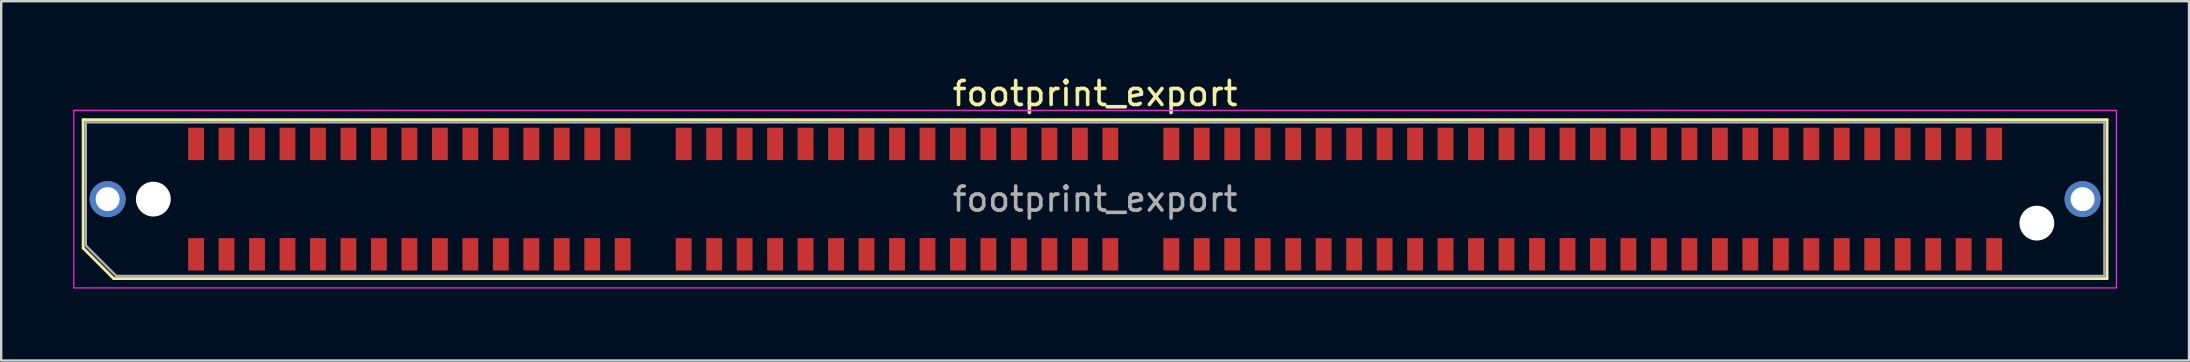
<source format=kicad_pcb>
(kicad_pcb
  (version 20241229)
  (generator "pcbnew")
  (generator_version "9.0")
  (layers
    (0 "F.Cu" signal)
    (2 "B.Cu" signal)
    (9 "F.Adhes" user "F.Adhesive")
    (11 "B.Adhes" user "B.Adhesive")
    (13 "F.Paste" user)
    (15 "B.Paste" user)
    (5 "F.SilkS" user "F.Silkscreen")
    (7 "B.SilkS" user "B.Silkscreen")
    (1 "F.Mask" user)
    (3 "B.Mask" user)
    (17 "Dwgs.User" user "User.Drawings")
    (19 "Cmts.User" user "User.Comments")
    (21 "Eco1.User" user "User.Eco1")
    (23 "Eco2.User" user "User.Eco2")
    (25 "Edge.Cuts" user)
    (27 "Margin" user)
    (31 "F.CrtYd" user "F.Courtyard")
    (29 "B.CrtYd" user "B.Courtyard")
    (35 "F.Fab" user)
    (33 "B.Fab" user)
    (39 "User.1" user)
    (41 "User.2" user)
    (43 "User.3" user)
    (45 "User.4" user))
  (footprint "footprint_export"
    (layer "F.Cu")
    (at 42.585 5.248)
    (property "Reference" "footprint_export" (at 0 -4.4 0) (layer "F.SilkS") (effects (font (size 1 1) (thickness 0.15))))
    (attr smd)
    (fp_line (start -42.17 -3.31) (end 42.17 -3.31) (stroke (width 0.12) (type solid)) (layer "F.SilkS"))
    (fp_line (start -42.17 2.04) (end -42.17 -3.31) (stroke (width 0.12) (type solid)) (layer "F.SilkS"))
    (fp_line (start -40.9 3.31) (end -42.17 2.04) (stroke (width 0.12) (type solid)) (layer "F.SilkS"))
    (fp_line (start -40.9 3.31) (end 42.17 3.31) (stroke (width 0.12) (type solid)) (layer "F.SilkS"))
    (fp_line (start 42.17 3.31) (end 42.17 -3.31) (stroke (width 0.12) (type solid)) (layer "F.SilkS"))
    (fp_line (start -42.56 -3.7) (end -42.56 3.7) (stroke (width 0.05) (type solid)) (layer "F.CrtYd"))
    (fp_line (start -42.56 3.7) (end 42.56 3.7) (stroke (width 0.05) (type solid)) (layer "F.CrtYd"))
    (fp_line (start 42.56 -3.7) (end -42.56 -3.7) (stroke (width 0.05) (type solid)) (layer "F.CrtYd"))
    (fp_line (start 42.56 3.7) (end 42.56 -3.7) (stroke (width 0.05) (type solid)) (layer "F.CrtYd"))
    (fp_line (start -42.06 -3.2) (end 42.06 -3.2) (stroke (width 0.1) (type solid)) (layer "F.Fab"))
    (fp_line (start -42.06 1.93) (end -42.06 -3.2) (stroke (width 0.1) (type solid)) (layer "F.Fab"))
    (fp_line (start -42.06 1.93) (end -40.79 3.2) (stroke (width 0.1) (type solid)) (layer "F.Fab"))
    (fp_line (start -40.79 3.2) (end 42.06 3.2) (stroke (width 0.1) (type solid)) (layer "F.Fab"))
    (fp_line (start 42.06 3.2) (end 42.06 -3.2) (stroke (width 0.1) (type solid)) (layer "F.Fab"))
    (fp_text user "${REFERENCE}" (at 0 0 0) (layer "F.Fab") (effects (font (size 1 1) (thickness 0.15))))
    (pad "" thru_hole circle (at -41.15 0) (size 1.5 1.5) (drill 1) (layers "*.Cu" "*.Mask"))
    (pad "" np_thru_hole circle (at -39.245 0) (size 1.45 1.45) (drill 1.45) (layers "*.Cu" "*.Mask"))
    (pad "" np_thru_hole circle (at 39.245 1) (size 1.45 1.45) (drill 1.45) (layers "*.Cu" "*.Mask"))
    (pad "" thru_hole circle (at 41.15 0) (size 1.5 1.5) (drill 1) (layers "*.Cu" "*.Mask"))
    (pad "1" smd rect (at -37.465 2.3) (size 0.66 1.35) (layers "F.Cu" "F.Mask" "F.Paste"))
    (pad "2" smd rect (at -37.465 -2.3) (size 0.66 1.35) (layers "F.Cu" "F.Mask" "F.Paste"))
    (pad "3" smd rect (at -36.195 2.3) (size 0.66 1.35) (layers "F.Cu" "F.Mask" "F.Paste"))
    (pad "4" smd rect (at -36.195 -2.3) (size 0.66 1.35) (layers "F.Cu" "F.Mask" "F.Paste"))
    (pad "5" smd rect (at -34.925 2.3) (size 0.66 1.35) (layers "F.Cu" "F.Mask" "F.Paste"))
    (pad "6" smd rect (at -34.925 -2.3) (size 0.66 1.35) (layers "F.Cu" "F.Mask" "F.Paste"))
    (pad "7" smd rect (at -33.655 2.3) (size 0.66 1.35) (layers "F.Cu" "F.Mask" "F.Paste"))
    (pad "8" smd rect (at -33.655 -2.3) (size 0.66 1.35) (layers "F.Cu" "F.Mask" "F.Paste"))
    (pad "9" smd rect (at -32.385 2.3) (size 0.66 1.35) (layers "F.Cu" "F.Mask" "F.Paste"))
    (pad "10" smd rect (at -32.385 -2.3) (size 0.66 1.35) (layers "F.Cu" "F.Mask" "F.Paste"))
    (pad "11" smd rect (at -31.115 2.3) (size 0.66 1.35) (layers "F.Cu" "F.Mask" "F.Paste"))
    (pad "12" smd rect (at -31.115 -2.3) (size 0.66 1.35) (layers "F.Cu" "F.Mask" "F.Paste"))
    (pad "13" smd rect (at -29.845 2.3) (size 0.66 1.35) (layers "F.Cu" "F.Mask" "F.Paste"))
    (pad "14" smd rect (at -29.845 -2.3) (size 0.66 1.35) (layers "F.Cu" "F.Mask" "F.Paste"))
    (pad "15" smd rect (at -28.575 2.3) (size 0.66 1.35) (layers "F.Cu" "F.Mask" "F.Paste"))
    (pad "16" smd rect (at -28.575 -2.3) (size 0.66 1.35) (layers "F.Cu" "F.Mask" "F.Paste"))
    (pad "17" smd rect (at -27.305 2.3) (size 0.66 1.35) (layers "F.Cu" "F.Mask" "F.Paste"))
    (pad "18" smd rect (at -27.305 -2.3) (size 0.66 1.35) (layers "F.Cu" "F.Mask" "F.Paste"))
    (pad "19" smd rect (at -26.035 2.3) (size 0.66 1.35) (layers "F.Cu" "F.Mask" "F.Paste"))
    (pad "20" smd rect (at -26.035 -2.3) (size 0.66 1.35) (layers "F.Cu" "F.Mask" "F.Paste"))
    (pad "21" smd rect (at -24.765 2.3) (size 0.66 1.35) (layers "F.Cu" "F.Mask" "F.Paste"))
    (pad "22" smd rect (at -24.765 -2.3) (size 0.66 1.35) (layers "F.Cu" "F.Mask" "F.Paste"))
    (pad "23" smd rect (at -23.495 2.3) (size 0.66 1.35) (layers "F.Cu" "F.Mask" "F.Paste"))
    (pad "24" smd rect (at -23.495 -2.3) (size 0.66 1.35) (layers "F.Cu" "F.Mask" "F.Paste"))
    (pad "25" smd rect (at -22.225 2.3) (size 0.66 1.35) (layers "F.Cu" "F.Mask" "F.Paste"))
    (pad "26" smd rect (at -22.225 -2.3) (size 0.66 1.35) (layers "F.Cu" "F.Mask" "F.Paste"))
    (pad "27" smd rect (at -20.955 2.3) (size 0.66 1.35) (layers "F.Cu" "F.Mask" "F.Paste"))
    (pad "28" smd rect (at -20.955 -2.3) (size 0.66 1.35) (layers "F.Cu" "F.Mask" "F.Paste"))
    (pad "29" smd rect (at -19.685 2.3) (size 0.66 1.35) (layers "F.Cu" "F.Mask" "F.Paste"))
    (pad "30" smd rect (at -19.685 -2.3) (size 0.66 1.35) (layers "F.Cu" "F.Mask" "F.Paste"))
    (pad "33" smd rect (at -17.145 2.3) (size 0.66 1.35) (layers "F.Cu" "F.Mask" "F.Paste"))
    (pad "34" smd rect (at -17.145 -2.3) (size 0.66 1.35) (layers "F.Cu" "F.Mask" "F.Paste"))
    (pad "35" smd rect (at -15.875 2.3) (size 0.66 1.35) (layers "F.Cu" "F.Mask" "F.Paste"))
    (pad "36" smd rect (at -15.875 -2.3) (size 0.66 1.35) (layers "F.Cu" "F.Mask" "F.Paste"))
    (pad "37" smd rect (at -14.605 2.3) (size 0.66 1.35) (layers "F.Cu" "F.Mask" "F.Paste"))
    (pad "38" smd rect (at -14.605 -2.3) (size 0.66 1.35) (layers "F.Cu" "F.Mask" "F.Paste"))
    (pad "39" smd rect (at -13.335 2.3) (size 0.66 1.35) (layers "F.Cu" "F.Mask" "F.Paste"))
    (pad "40" smd rect (at -13.335 -2.3) (size 0.66 1.35) (layers "F.Cu" "F.Mask" "F.Paste"))
    (pad "41" smd rect (at -12.065 2.3) (size 0.66 1.35) (layers "F.Cu" "F.Mask" "F.Paste"))
    (pad "42" smd rect (at -12.065 -2.3) (size 0.66 1.35) (layers "F.Cu" "F.Mask" "F.Paste"))
    (pad "43" smd rect (at -10.795 2.3) (size 0.66 1.35) (layers "F.Cu" "F.Mask" "F.Paste"))
    (pad "44" smd rect (at -10.795 -2.3) (size 0.66 1.35) (layers "F.Cu" "F.Mask" "F.Paste"))
    (pad "45" smd rect (at -9.525 2.3) (size 0.66 1.35) (layers "F.Cu" "F.Mask" "F.Paste"))
    (pad "46" smd rect (at -9.525 -2.3) (size 0.66 1.35) (layers "F.Cu" "F.Mask" "F.Paste"))
    (pad "47" smd rect (at -8.255 2.3) (size 0.66 1.35) (layers "F.Cu" "F.Mask" "F.Paste"))
    (pad "48" smd rect (at -8.255 -2.3) (size 0.66 1.35) (layers "F.Cu" "F.Mask" "F.Paste"))
    (pad "49" smd rect (at -6.985 2.3) (size 0.66 1.35) (layers "F.Cu" "F.Mask" "F.Paste"))
    (pad "50" smd rect (at -6.985 -2.3) (size 0.66 1.35) (layers "F.Cu" "F.Mask" "F.Paste"))
    (pad "51" smd rect (at -5.715 2.3) (size 0.66 1.35) (layers "F.Cu" "F.Mask" "F.Paste"))
    (pad "52" smd rect (at -5.715 -2.3) (size 0.66 1.35) (layers "F.Cu" "F.Mask" "F.Paste"))
    (pad "53" smd rect (at -4.445 2.3) (size 0.66 1.35) (layers "F.Cu" "F.Mask" "F.Paste"))
    (pad "54" smd rect (at -4.445 -2.3) (size 0.66 1.35) (layers "F.Cu" "F.Mask" "F.Paste"))
    (pad "55" smd rect (at -3.175 2.3) (size 0.66 1.35) (layers "F.Cu" "F.Mask" "F.Paste"))
    (pad "56" smd rect (at -3.175 -2.3) (size 0.66 1.35) (layers "F.Cu" "F.Mask" "F.Paste"))
    (pad "57" smd rect (at -1.905 2.3) (size 0.66 1.35) (layers "F.Cu" "F.Mask" "F.Paste"))
    (pad "58" smd rect (at -1.905 -2.3) (size 0.66 1.35) (layers "F.Cu" "F.Mask" "F.Paste"))
    (pad "59" smd rect (at -0.635 2.3) (size 0.66 1.35) (layers "F.Cu" "F.Mask" "F.Paste"))
    (pad "60" smd rect (at -0.635 -2.3) (size 0.66 1.35) (layers "F.Cu" "F.Mask" "F.Paste"))
    (pad "61" smd rect (at 0.635 2.3) (size 0.66 1.35) (layers "F.Cu" "F.Mask" "F.Paste"))
    (pad "62" smd rect (at 0.635 -2.3) (size 0.66 1.35) (layers "F.Cu" "F.Mask" "F.Paste"))
    (pad "65" smd rect (at 3.175 2.3) (size 0.66 1.35) (layers "F.Cu" "F.Mask" "F.Paste"))
    (pad "66" smd rect (at 3.175 -2.3) (size 0.66 1.35) (layers "F.Cu" "F.Mask" "F.Paste"))
    (pad "67" smd rect (at 4.445 2.3) (size 0.66 1.35) (layers "F.Cu" "F.Mask" "F.Paste"))
    (pad "68" smd rect (at 4.445 -2.3) (size 0.66 1.35) (layers "F.Cu" "F.Mask" "F.Paste"))
    (pad "69" smd rect (at 5.715 2.3) (size 0.66 1.35) (layers "F.Cu" "F.Mask" "F.Paste"))
    (pad "70" smd rect (at 5.715 -2.3) (size 0.66 1.35) (layers "F.Cu" "F.Mask" "F.Paste"))
    (pad "71" smd rect (at 6.985 2.3) (size 0.66 1.35) (layers "F.Cu" "F.Mask" "F.Paste"))
    (pad "72" smd rect (at 6.985 -2.3) (size 0.66 1.35) (layers "F.Cu" "F.Mask" "F.Paste"))
    (pad "73" smd rect (at 8.255 2.3) (size 0.66 1.35) (layers "F.Cu" "F.Mask" "F.Paste"))
    (pad "74" smd rect (at 8.255 -2.3) (size 0.66 1.35) (layers "F.Cu" "F.Mask" "F.Paste"))
    (pad "75" smd rect (at 9.525 2.3) (size 0.66 1.35) (layers "F.Cu" "F.Mask" "F.Paste"))
    (pad "76" smd rect (at 9.525 -2.3) (size 0.66 1.35) (layers "F.Cu" "F.Mask" "F.Paste"))
    (pad "77" smd rect (at 10.795 2.3) (size 0.66 1.35) (layers "F.Cu" "F.Mask" "F.Paste"))
    (pad "78" smd rect (at 10.795 -2.3) (size 0.66 1.35) (layers "F.Cu" "F.Mask" "F.Paste"))
    (pad "79" smd rect (at 12.065 2.3) (size 0.66 1.35) (layers "F.Cu" "F.Mask" "F.Paste"))
    (pad "80" smd rect (at 12.065 -2.3) (size 0.66 1.35) (layers "F.Cu" "F.Mask" "F.Paste"))
    (pad "81" smd rect (at 13.335 2.3) (size 0.66 1.35) (layers "F.Cu" "F.Mask" "F.Paste"))
    (pad "82" smd rect (at 13.335 -2.3) (size 0.66 1.35) (layers "F.Cu" "F.Mask" "F.Paste"))
    (pad "83" smd rect (at 14.605 2.3) (size 0.66 1.35) (layers "F.Cu" "F.Mask" "F.Paste"))
    (pad "84" smd rect (at 14.605 -2.3) (size 0.66 1.35) (layers "F.Cu" "F.Mask" "F.Paste"))
    (pad "85" smd rect (at 15.875 2.3) (size 0.66 1.35) (layers "F.Cu" "F.Mask" "F.Paste"))
    (pad "86" smd rect (at 15.875 -2.3) (size 0.66 1.35) (layers "F.Cu" "F.Mask" "F.Paste"))
    (pad "87" smd rect (at 17.145 2.3) (size 0.66 1.35) (layers "F.Cu" "F.Mask" "F.Paste"))
    (pad "88" smd rect (at 17.145 -2.3) (size 0.66 1.35) (layers "F.Cu" "F.Mask" "F.Paste"))
    (pad "89" smd rect (at 18.415 2.3) (size 0.66 1.35) (layers "F.Cu" "F.Mask" "F.Paste"))
    (pad "90" smd rect (at 18.415 -2.3) (size 0.66 1.35) (layers "F.Cu" "F.Mask" "F.Paste"))
    (pad "91" smd rect (at 19.685 2.3) (size 0.66 1.35) (layers "F.Cu" "F.Mask" "F.Paste"))
    (pad "92" smd rect (at 19.685 -2.3) (size 0.66 1.35) (layers "F.Cu" "F.Mask" "F.Paste"))
    (pad "93" smd rect (at 20.955 2.3) (size 0.66 1.35) (layers "F.Cu" "F.Mask" "F.Paste"))
    (pad "94" smd rect (at 20.955 -2.3) (size 0.66 1.35) (layers "F.Cu" "F.Mask" "F.Paste"))
    (pad "95" smd rect (at 22.225 2.3) (size 0.66 1.35) (layers "F.Cu" "F.Mask" "F.Paste"))
    (pad "96" smd rect (at 22.225 -2.3) (size 0.66 1.35) (layers "F.Cu" "F.Mask" "F.Paste"))
    (pad "97" smd rect (at 23.495 2.3) (size 0.66 1.35) (layers "F.Cu" "F.Mask" "F.Paste"))
    (pad "98" smd rect (at 23.495 -2.3) (size 0.66 1.35) (layers "F.Cu" "F.Mask" "F.Paste"))
    (pad "99" smd rect (at 24.765 2.3) (size 0.66 1.35) (layers "F.Cu" "F.Mask" "F.Paste"))
    (pad "100" smd rect (at 24.765 -2.3) (size 0.66 1.35) (layers "F.Cu" "F.Mask" "F.Paste"))
    (pad "101" smd rect (at 26.035 2.3) (size 0.66 1.35) (layers "F.Cu" "F.Mask" "F.Paste"))
    (pad "102" smd rect (at 26.035 -2.3) (size 0.66 1.35) (layers "F.Cu" "F.Mask" "F.Paste"))
    (pad "103" smd rect (at 27.305 2.3) (size 0.66 1.35) (layers "F.Cu" "F.Mask" "F.Paste"))
    (pad "104" smd rect (at 27.305 -2.3) (size 0.66 1.35) (layers "F.Cu" "F.Mask" "F.Paste"))
    (pad "105" smd rect (at 28.575 2.3) (size 0.66 1.35) (layers "F.Cu" "F.Mask" "F.Paste"))
    (pad "106" smd rect (at 28.575 -2.3) (size 0.66 1.35) (layers "F.Cu" "F.Mask" "F.Paste"))
    (pad "107" smd rect (at 29.845 2.3) (size 0.66 1.35) (layers "F.Cu" "F.Mask" "F.Paste"))
    (pad "108" smd rect (at 29.845 -2.3) (size 0.66 1.35) (layers "F.Cu" "F.Mask" "F.Paste"))
    (pad "109" smd rect (at 31.115 2.3) (size 0.66 1.35) (layers "F.Cu" "F.Mask" "F.Paste"))
    (pad "110" smd rect (at 31.115 -2.3) (size 0.66 1.35) (layers "F.Cu" "F.Mask" "F.Paste"))
    (pad "111" smd rect (at 32.385 2.3) (size 0.66 1.35) (layers "F.Cu" "F.Mask" "F.Paste"))
    (pad "112" smd rect (at 32.385 -2.3) (size 0.66 1.35) (layers "F.Cu" "F.Mask" "F.Paste"))
    (pad "113" smd rect (at 33.655 2.3) (size 0.66 1.35) (layers "F.Cu" "F.Mask" "F.Paste"))
    (pad "114" smd rect (at 33.655 -2.3) (size 0.66 1.35) (layers "F.Cu" "F.Mask" "F.Paste"))
    (pad "115" smd rect (at 34.925 2.3) (size 0.66 1.35) (layers "F.Cu" "F.Mask" "F.Paste"))
    (pad "116" smd rect (at 34.925 -2.3) (size 0.66 1.35) (layers "F.Cu" "F.Mask" "F.Paste"))
    (pad "117" smd rect (at 36.195 2.3) (size 0.66 1.35) (layers "F.Cu" "F.Mask" "F.Paste"))
    (pad "118" smd rect (at 36.195 -2.3) (size 0.66 1.35) (layers "F.Cu" "F.Mask" "F.Paste"))
    (pad "119" smd rect (at 37.465 2.3) (size 0.66 1.35) (layers "F.Cu" "F.Mask" "F.Paste"))
    (pad "120" smd rect (at 37.465 -2.3) (size 0.66 1.35) (layers "F.Cu" "F.Mask" "F.Paste")))
  (gr_rect
    (start -3 -3)
    (end 88.17 11.973)
    (stroke (width 0.1) (type default))
    (fill no)
    (layer "Edge.Cuts")))
</source>
